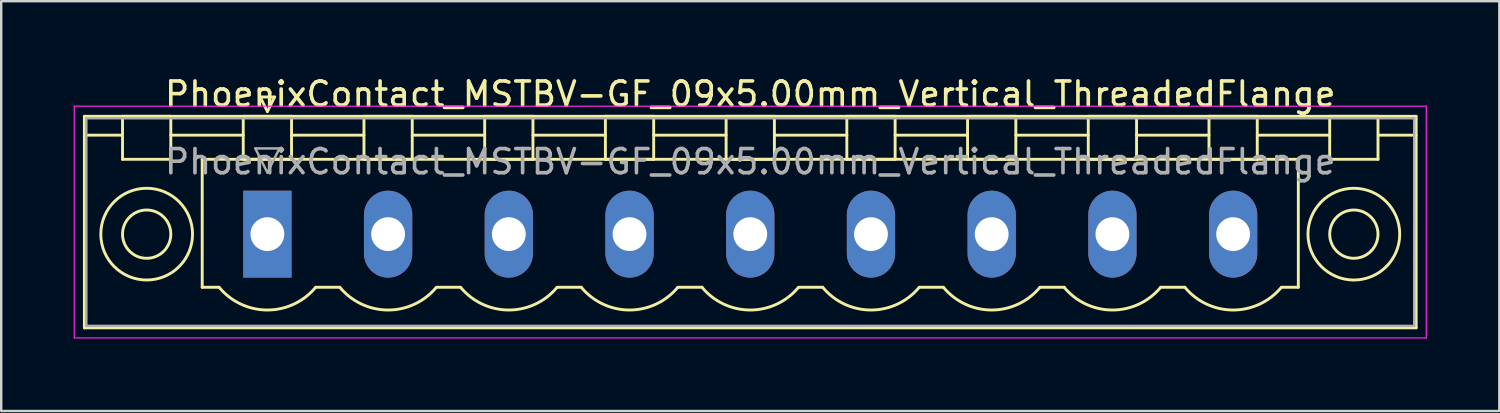
<source format=kicad_pcb>
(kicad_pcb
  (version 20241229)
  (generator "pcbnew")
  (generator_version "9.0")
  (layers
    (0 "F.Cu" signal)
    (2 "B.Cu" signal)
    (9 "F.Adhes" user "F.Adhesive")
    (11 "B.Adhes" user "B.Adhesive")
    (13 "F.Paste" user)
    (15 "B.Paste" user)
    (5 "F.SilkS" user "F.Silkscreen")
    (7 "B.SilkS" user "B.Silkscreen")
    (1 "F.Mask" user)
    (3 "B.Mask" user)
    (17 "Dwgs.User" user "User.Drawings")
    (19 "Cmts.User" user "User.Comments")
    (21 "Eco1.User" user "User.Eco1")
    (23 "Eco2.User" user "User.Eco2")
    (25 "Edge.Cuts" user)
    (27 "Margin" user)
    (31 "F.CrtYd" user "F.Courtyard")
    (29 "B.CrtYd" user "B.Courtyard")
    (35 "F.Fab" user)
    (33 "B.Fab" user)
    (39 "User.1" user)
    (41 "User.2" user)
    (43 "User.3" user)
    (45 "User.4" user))
  (footprint "PhoenixContact_MSTBV-GF_09x5.00mm_Vertical_ThreadedFlange"
    (layer "F.Cu")
    (at 8.025 6.648)
    (property "Reference" "PhoenixContact_MSTBV-GF_09x5.00mm_Vertical_ThreadedFlange" (at 20 -5.8 0) (layer "F.SilkS") (effects (font (size 1 1) (thickness 0.15))))
    (attr through_hole)
    (fp_line (start -7.58 -4.88) (end -7.58 3.88) (stroke (width 0.12) (type solid)) (layer "F.SilkS"))
    (fp_line (start -7.58 -4.1) (end -6.08 -4.1) (stroke (width 0.12) (type solid)) (layer "F.SilkS"))
    (fp_line (start -7.58 3.88) (end 47.58 3.88) (stroke (width 0.12) (type solid)) (layer "F.SilkS"))
    (fp_line (start -6 -4.88) (end -4 -4.88) (stroke (width 0.12) (type solid)) (layer "F.SilkS"))
    (fp_line (start -6 -3.1) (end -6 -4.88) (stroke (width 0.12) (type solid)) (layer "F.SilkS"))
    (fp_line (start -4 -4.88) (end -4 -3.1) (stroke (width 0.12) (type solid)) (layer "F.SilkS"))
    (fp_line (start -4 -4.1) (end -1 -4.1) (stroke (width 0.12) (type solid)) (layer "F.SilkS"))
    (fp_line (start -4 -3.1) (end -6 -3.1) (stroke (width 0.12) (type solid)) (layer "F.SilkS"))
    (fp_line (start -2.7 -3.1) (end 42.7 -3.1) (stroke (width 0.12) (type solid)) (layer "F.SilkS"))
    (fp_line (start -2.7 2.2) (end -2.7 -3.1) (stroke (width 0.12) (type solid)) (layer "F.SilkS"))
    (fp_line (start -2 2.2) (end -2.7 2.2) (stroke (width 0.12) (type solid)) (layer "F.SilkS"))
    (fp_line (start -1 -4.88) (end 1 -4.88) (stroke (width 0.12) (type solid)) (layer "F.SilkS"))
    (fp_line (start -1 -3.1) (end -1 -4.88) (stroke (width 0.12) (type solid)) (layer "F.SilkS"))
    (fp_line (start -0.3 -5.68) (end 0.3 -5.68) (stroke (width 0.12) (type solid)) (layer "F.SilkS"))
    (fp_line (start 0 -5.08) (end -0.3 -5.68) (stroke (width 0.12) (type solid)) (layer "F.SilkS"))
    (fp_line (start 0.3 -5.68) (end 0 -5.08) (stroke (width 0.12) (type solid)) (layer "F.SilkS"))
    (fp_line (start 1 -4.88) (end 1 -3.1) (stroke (width 0.12) (type solid)) (layer "F.SilkS"))
    (fp_line (start 1 -4.1) (end 4 -4.1) (stroke (width 0.12) (type solid)) (layer "F.SilkS"))
    (fp_line (start 1 -3.1) (end -1 -3.1) (stroke (width 0.12) (type solid)) (layer "F.SilkS"))
    (fp_line (start 2 2.2) (end 3 2.2) (stroke (width 0.12) (type solid)) (layer "F.SilkS"))
    (fp_line (start 4 -4.88) (end 6 -4.88) (stroke (width 0.12) (type solid)) (layer "F.SilkS"))
    (fp_line (start 4 -3.1) (end 4 -4.88) (stroke (width 0.12) (type solid)) (layer "F.SilkS"))
    (fp_line (start 6 -4.88) (end 6 -3.1) (stroke (width 0.12) (type solid)) (layer "F.SilkS"))
    (fp_line (start 6 -4.1) (end 9 -4.1) (stroke (width 0.12) (type solid)) (layer "F.SilkS"))
    (fp_line (start 6 -3.1) (end 4 -3.1) (stroke (width 0.12) (type solid)) (layer "F.SilkS"))
    (fp_line (start 7 2.2) (end 8 2.2) (stroke (width 0.12) (type solid)) (layer "F.SilkS"))
    (fp_line (start 9 -4.88) (end 11 -4.88) (stroke (width 0.12) (type solid)) (layer "F.SilkS"))
    (fp_line (start 9 -3.1) (end 9 -4.88) (stroke (width 0.12) (type solid)) (layer "F.SilkS"))
    (fp_line (start 11 -4.88) (end 11 -3.1) (stroke (width 0.12) (type solid)) (layer "F.SilkS"))
    (fp_line (start 11 -4.1) (end 14 -4.1) (stroke (width 0.12) (type solid)) (layer "F.SilkS"))
    (fp_line (start 11 -3.1) (end 9 -3.1) (stroke (width 0.12) (type solid)) (layer "F.SilkS"))
    (fp_line (start 12 2.2) (end 13 2.2) (stroke (width 0.12) (type solid)) (layer "F.SilkS"))
    (fp_line (start 14 -4.88) (end 16 -4.88) (stroke (width 0.12) (type solid)) (layer "F.SilkS"))
    (fp_line (start 14 -3.1) (end 14 -4.88) (stroke (width 0.12) (type solid)) (layer "F.SilkS"))
    (fp_line (start 16 -4.88) (end 16 -3.1) (stroke (width 0.12) (type solid)) (layer "F.SilkS"))
    (fp_line (start 16 -4.1) (end 19 -4.1) (stroke (width 0.12) (type solid)) (layer "F.SilkS"))
    (fp_line (start 16 -3.1) (end 14 -3.1) (stroke (width 0.12) (type solid)) (layer "F.SilkS"))
    (fp_line (start 17 2.2) (end 18 2.2) (stroke (width 0.12) (type solid)) (layer "F.SilkS"))
    (fp_line (start 19 -4.88) (end 21 -4.88) (stroke (width 0.12) (type solid)) (layer "F.SilkS"))
    (fp_line (start 19 -3.1) (end 19 -4.88) (stroke (width 0.12) (type solid)) (layer "F.SilkS"))
    (fp_line (start 21 -4.88) (end 21 -3.1) (stroke (width 0.12) (type solid)) (layer "F.SilkS"))
    (fp_line (start 21 -4.1) (end 24 -4.1) (stroke (width 0.12) (type solid)) (layer "F.SilkS"))
    (fp_line (start 21 -3.1) (end 19 -3.1) (stroke (width 0.12) (type solid)) (layer "F.SilkS"))
    (fp_line (start 22 2.2) (end 23 2.2) (stroke (width 0.12) (type solid)) (layer "F.SilkS"))
    (fp_line (start 24 -4.88) (end 26 -4.88) (stroke (width 0.12) (type solid)) (layer "F.SilkS"))
    (fp_line (start 24 -3.1) (end 24 -4.88) (stroke (width 0.12) (type solid)) (layer "F.SilkS"))
    (fp_line (start 26 -4.88) (end 26 -3.1) (stroke (width 0.12) (type solid)) (layer "F.SilkS"))
    (fp_line (start 26 -4.1) (end 29 -4.1) (stroke (width 0.12) (type solid)) (layer "F.SilkS"))
    (fp_line (start 26 -3.1) (end 24 -3.1) (stroke (width 0.12) (type solid)) (layer "F.SilkS"))
    (fp_line (start 27 2.2) (end 28 2.2) (stroke (width 0.12) (type solid)) (layer "F.SilkS"))
    (fp_line (start 29 -4.88) (end 31 -4.88) (stroke (width 0.12) (type solid)) (layer "F.SilkS"))
    (fp_line (start 29 -3.1) (end 29 -4.88) (stroke (width 0.12) (type solid)) (layer "F.SilkS"))
    (fp_line (start 31 -4.88) (end 31 -3.1) (stroke (width 0.12) (type solid)) (layer "F.SilkS"))
    (fp_line (start 31 -4.1) (end 34 -4.1) (stroke (width 0.12) (type solid)) (layer "F.SilkS"))
    (fp_line (start 31 -3.1) (end 29 -3.1) (stroke (width 0.12) (type solid)) (layer "F.SilkS"))
    (fp_line (start 32 2.2) (end 33 2.2) (stroke (width 0.12) (type solid)) (layer "F.SilkS"))
    (fp_line (start 34 -4.88) (end 36 -4.88) (stroke (width 0.12) (type solid)) (layer "F.SilkS"))
    (fp_line (start 34 -3.1) (end 34 -4.88) (stroke (width 0.12) (type solid)) (layer "F.SilkS"))
    (fp_line (start 36 -4.88) (end 36 -3.1) (stroke (width 0.12) (type solid)) (layer "F.SilkS"))
    (fp_line (start 36 -4.1) (end 39 -4.1) (stroke (width 0.12) (type solid)) (layer "F.SilkS"))
    (fp_line (start 36 -3.1) (end 34 -3.1) (stroke (width 0.12) (type solid)) (layer "F.SilkS"))
    (fp_line (start 37 2.2) (end 38 2.2) (stroke (width 0.12) (type solid)) (layer "F.SilkS"))
    (fp_line (start 39 -4.88) (end 41 -4.88) (stroke (width 0.12) (type solid)) (layer "F.SilkS"))
    (fp_line (start 39 -3.1) (end 39 -4.88) (stroke (width 0.12) (type solid)) (layer "F.SilkS"))
    (fp_line (start 41 -4.88) (end 41 -3.1) (stroke (width 0.12) (type solid)) (layer "F.SilkS"))
    (fp_line (start 41 -4.1) (end 44 -4.1) (stroke (width 0.12) (type solid)) (layer "F.SilkS"))
    (fp_line (start 41 -3.1) (end 39 -3.1) (stroke (width 0.12) (type solid)) (layer "F.SilkS"))
    (fp_line (start 42.7 -3.1) (end 42.7 2.2) (stroke (width 0.12) (type solid)) (layer "F.SilkS"))
    (fp_line (start 42.7 2.2) (end 42 2.2) (stroke (width 0.12) (type solid)) (layer "F.SilkS"))
    (fp_line (start 44 -4.88) (end 46 -4.88) (stroke (width 0.12) (type solid)) (layer "F.SilkS"))
    (fp_line (start 44 -3.1) (end 44 -4.88) (stroke (width 0.12) (type solid)) (layer "F.SilkS"))
    (fp_line (start 46 -4.88) (end 46 -3.1) (stroke (width 0.12) (type solid)) (layer "F.SilkS"))
    (fp_line (start 46 -3.1) (end 44 -3.1) (stroke (width 0.12) (type solid)) (layer "F.SilkS"))
    (fp_line (start 47.58 -4.88) (end -7.58 -4.88) (stroke (width 0.12) (type solid)) (layer "F.SilkS"))
    (fp_line (start 47.58 -4.1) (end 46.08 -4.1) (stroke (width 0.12) (type solid)) (layer "F.SilkS"))
    (fp_line (start 47.58 3.88) (end 47.58 -4.88) (stroke (width 0.12) (type solid)) (layer "F.SilkS"))
    (fp_arc (start 1.986842 2.215821) (mid -0.010289 3.142758) (end -2 2.2) (stroke (width 0.12) (type solid)) (layer "F.SilkS"))
    (fp_arc (start 6.986842 2.215821) (mid 4.989711 3.142758) (end 3 2.2) (stroke (width 0.12) (type solid)) (layer "F.SilkS"))
    (fp_arc (start 11.986842 2.215821) (mid 9.989711 3.142758) (end 8 2.2) (stroke (width 0.12) (type solid)) (layer "F.SilkS"))
    (fp_arc (start 16.986842 2.215821) (mid 14.989711 3.142758) (end 13 2.2) (stroke (width 0.12) (type solid)) (layer "F.SilkS"))
    (fp_arc (start 21.986842 2.215821) (mid 19.989711 3.142758) (end 18 2.2) (stroke (width 0.12) (type solid)) (layer "F.SilkS"))
    (fp_arc (start 26.986842 2.215821) (mid 24.989711 3.142758) (end 23 2.2) (stroke (width 0.12) (type solid)) (layer "F.SilkS"))
    (fp_arc (start 31.986842 2.215821) (mid 29.989711 3.142758) (end 28 2.2) (stroke (width 0.12) (type solid)) (layer "F.SilkS"))
    (fp_arc (start 36.986842 2.215821) (mid 34.989711 3.142758) (end 33 2.2) (stroke (width 0.12) (type solid)) (layer "F.SilkS"))
    (fp_arc (start 41.986842 2.215821) (mid 39.989711 3.142758) (end 38 2.2) (stroke (width 0.12) (type solid)) (layer "F.SilkS"))
    (fp_circle (center -5 0) (end -4 0) (stroke (width 0.12) (type solid)) (fill no) (layer "F.SilkS"))
    (fp_circle (center -5 0) (end -3.1 0) (stroke (width 0.12) (type solid)) (fill no) (layer "F.SilkS"))
    (fp_circle (center 45 0) (end 46 0) (stroke (width 0.12) (type solid)) (fill no) (layer "F.SilkS"))
    (fp_circle (center 45 0) (end 46.9 0) (stroke (width 0.12) (type solid)) (fill no) (layer "F.SilkS"))
    (fp_line (start -8 -5.3) (end -8 4.3) (stroke (width 0.05) (type solid)) (layer "F.CrtYd"))
    (fp_line (start -8 4.3) (end 48 4.3) (stroke (width 0.05) (type solid)) (layer "F.CrtYd"))
    (fp_line (start 48 -5.3) (end -8 -5.3) (stroke (width 0.05) (type solid)) (layer "F.CrtYd"))
    (fp_line (start 48 4.3) (end 48 -5.3) (stroke (width 0.05) (type solid)) (layer "F.CrtYd"))
    (fp_line (start -7.5 -4.8) (end -7.5 3.8) (stroke (width 0.1) (type solid)) (layer "F.Fab"))
    (fp_line (start -7.5 3.8) (end 47.5 3.8) (stroke (width 0.1) (type solid)) (layer "F.Fab"))
    (fp_line (start -0.5 -3.55) (end 0.5 -3.55) (stroke (width 0.1) (type solid)) (layer "F.Fab"))
    (fp_line (start 0 -2.55) (end -0.5 -3.55) (stroke (width 0.1) (type solid)) (layer "F.Fab"))
    (fp_line (start 0.5 -3.55) (end 0 -2.55) (stroke (width 0.1) (type solid)) (layer "F.Fab"))
    (fp_line (start 47.5 -4.8) (end -7.5 -4.8) (stroke (width 0.1) (type solid)) (layer "F.Fab"))
    (fp_line (start 47.5 3.8) (end 47.5 -4.8) (stroke (width 0.1) (type solid)) (layer "F.Fab"))
    (fp_text user "${REFERENCE}" (at 20 -3 0) (layer "F.Fab") (effects (font (size 1 1) (thickness 0.15))))
    (pad "1" thru_hole rect (at 0 0) (size 2 3.6) (drill 1.4) (layers "*.Cu" "*.Mask"))
    (pad "2" thru_hole oval (at 5 0) (size 2 3.6) (drill 1.4) (layers "*.Cu" "*.Mask"))
    (pad "3" thru_hole oval (at 10 0) (size 2 3.6) (drill 1.4) (layers "*.Cu" "*.Mask"))
    (pad "4" thru_hole oval (at 15 0) (size 2 3.6) (drill 1.4) (layers "*.Cu" "*.Mask"))
    (pad "5" thru_hole oval (at 20 0) (size 2 3.6) (drill 1.4) (layers "*.Cu" "*.Mask"))
    (pad "6" thru_hole oval (at 25 0) (size 2 3.6) (drill 1.4) (layers "*.Cu" "*.Mask"))
    (pad "7" thru_hole oval (at 30 0) (size 2 3.6) (drill 1.4) (layers "*.Cu" "*.Mask"))
    (pad "8" thru_hole oval (at 35 0) (size 2 3.6) (drill 1.4) (layers "*.Cu" "*.Mask"))
    (pad "9" thru_hole oval (at 40 0) (size 2 3.6) (drill 1.4) (layers "*.Cu" "*.Mask")))
  (gr_rect
    (start -3 -3)
    (end 59.05 13.973)
    (stroke (width 0.1) (type default))
    (fill no)
    (layer "Edge.Cuts")))
</source>
